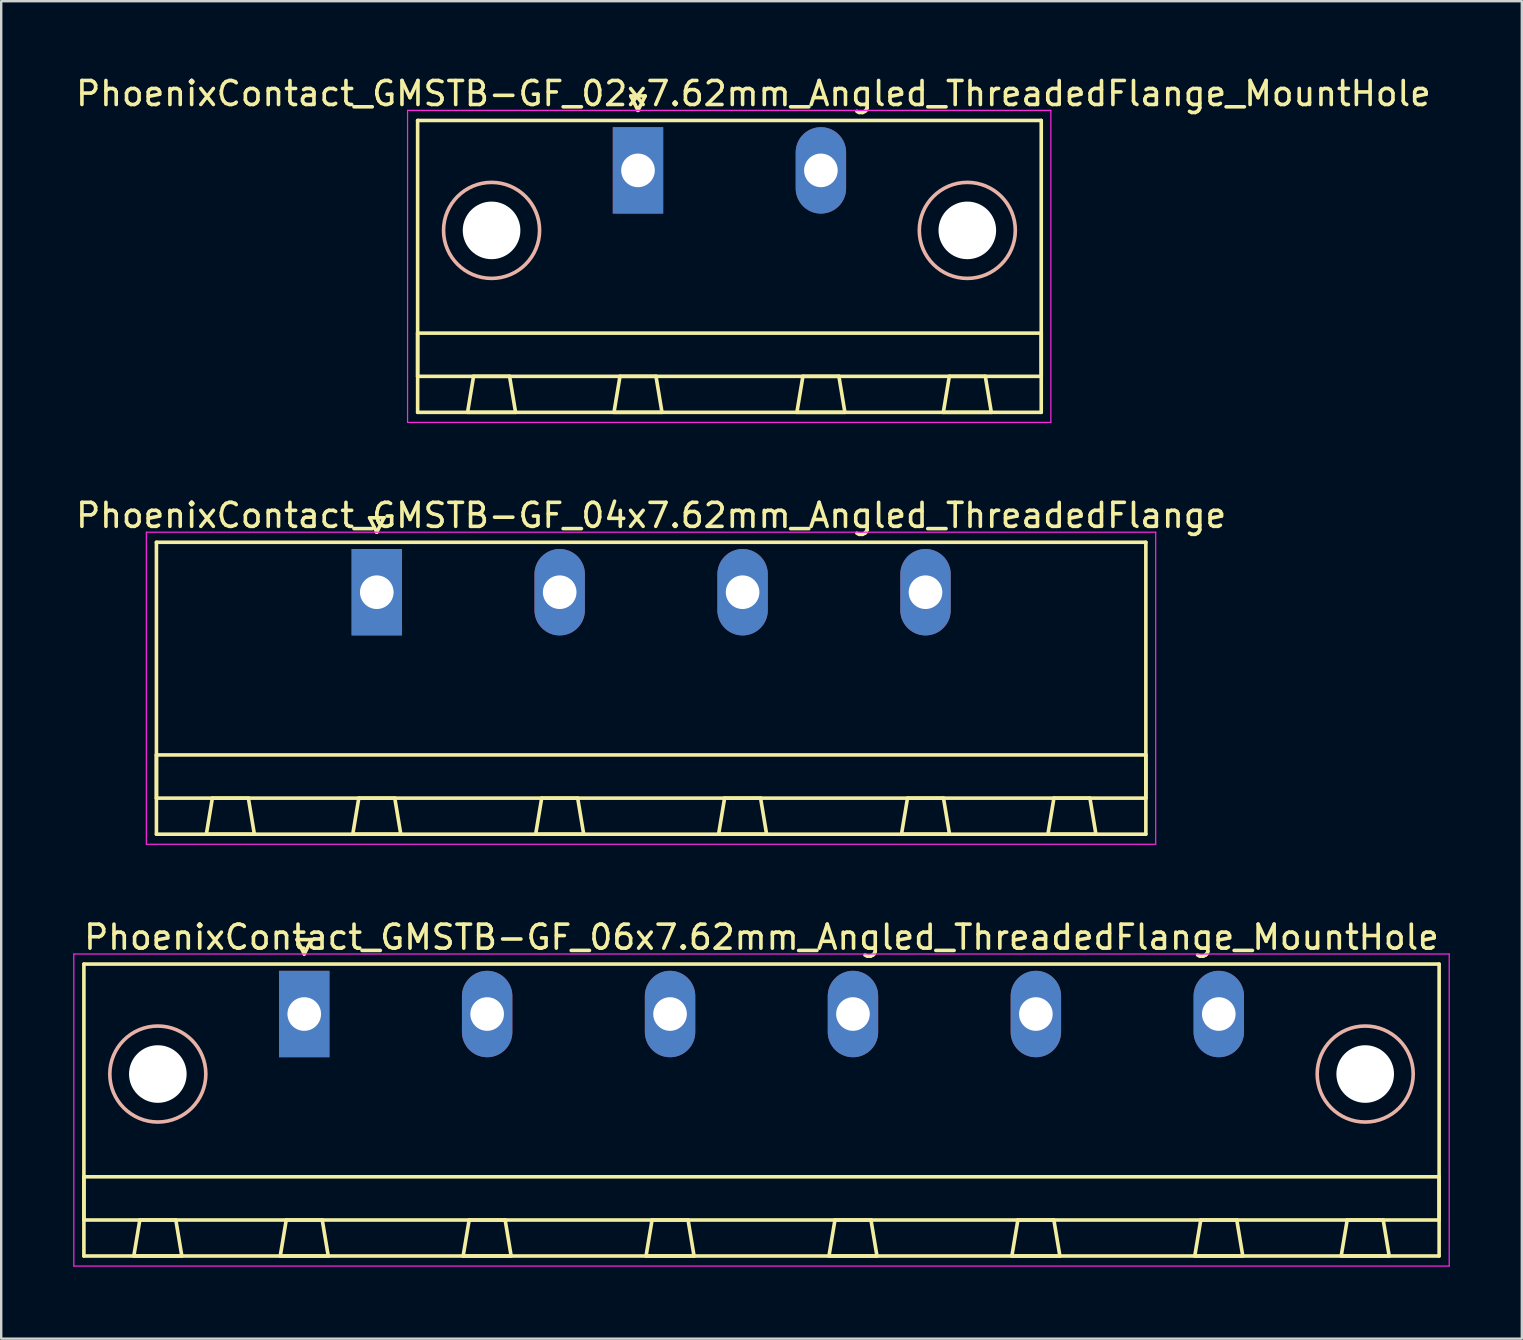
<source format=kicad_pcb>
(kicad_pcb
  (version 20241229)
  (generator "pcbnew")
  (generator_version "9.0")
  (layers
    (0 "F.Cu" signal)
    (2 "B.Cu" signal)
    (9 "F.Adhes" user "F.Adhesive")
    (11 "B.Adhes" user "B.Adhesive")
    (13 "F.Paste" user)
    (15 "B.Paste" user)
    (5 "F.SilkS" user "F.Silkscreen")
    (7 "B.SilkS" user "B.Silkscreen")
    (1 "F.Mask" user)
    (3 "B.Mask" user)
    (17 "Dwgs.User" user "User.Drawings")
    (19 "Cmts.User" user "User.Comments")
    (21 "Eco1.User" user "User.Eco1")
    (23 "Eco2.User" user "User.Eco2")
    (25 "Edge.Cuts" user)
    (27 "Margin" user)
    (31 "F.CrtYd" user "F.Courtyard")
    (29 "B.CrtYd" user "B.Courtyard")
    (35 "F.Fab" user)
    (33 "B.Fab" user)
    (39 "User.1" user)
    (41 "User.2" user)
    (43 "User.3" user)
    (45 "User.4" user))
  (footprint "PhoenixContact_GMSTB-GF_02x7.62mm_Angled_ThreadedFlange_MountHole"
    (layer "F.Cu")
    (at 23.529 4.048)
    (property "Reference" "PhoenixContact_GMSTB-GF_02x7.62mm_Angled_ThreadedFlange_MountHole" (at 4.81 -3.2 0) (layer "F.SilkS") (effects (font (size 1 1) (thickness 0.15))))
    (attr through_hole)
    (fp_line (start -9.18 -2.08) (end -9.18 10.08) (stroke (width 0.15) (type solid)) (layer "F.SilkS"))
    (fp_line (start -9.18 6.78) (end 16.8 6.78) (stroke (width 0.15) (type solid)) (layer "F.SilkS"))
    (fp_line (start -9.18 8.58) (end -9.18 6.78) (stroke (width 0.15) (type solid)) (layer "F.SilkS"))
    (fp_line (start -9.18 10.08) (end 16.8 10.08) (stroke (width 0.15) (type solid)) (layer "F.SilkS"))
    (fp_line (start -7.1 10.08) (end -5.1 10.08) (stroke (width 0.15) (type solid)) (layer "F.SilkS"))
    (fp_line (start -6.85 8.58) (end -7.1 10.08) (stroke (width 0.15) (type solid)) (layer "F.SilkS"))
    (fp_line (start -5.35 8.58) (end -6.85 8.58) (stroke (width 0.15) (type solid)) (layer "F.SilkS"))
    (fp_line (start -5.1 10.08) (end -5.35 8.58) (stroke (width 0.15) (type solid)) (layer "F.SilkS"))
    (fp_line (start -1 10.08) (end 1 10.08) (stroke (width 0.15) (type solid)) (layer "F.SilkS"))
    (fp_line (start -0.75 8.58) (end -1 10.08) (stroke (width 0.15) (type solid)) (layer "F.SilkS"))
    (fp_line (start -0.3 -3.1) (end 0 -2.5) (stroke (width 0.15) (type solid)) (layer "F.SilkS"))
    (fp_line (start 0 -2.5) (end 0.3 -3.1) (stroke (width 0.15) (type solid)) (layer "F.SilkS"))
    (fp_line (start 0.3 -3.1) (end -0.3 -3.1) (stroke (width 0.15) (type solid)) (layer "F.SilkS"))
    (fp_line (start 0.75 8.58) (end -0.75 8.58) (stroke (width 0.15) (type solid)) (layer "F.SilkS"))
    (fp_line (start 1 10.08) (end 0.75 8.58) (stroke (width 0.15) (type solid)) (layer "F.SilkS"))
    (fp_line (start 6.62 10.08) (end 8.62 10.08) (stroke (width 0.15) (type solid)) (layer "F.SilkS"))
    (fp_line (start 6.87 8.58) (end 6.62 10.08) (stroke (width 0.15) (type solid)) (layer "F.SilkS"))
    (fp_line (start 8.37 8.58) (end 6.87 8.58) (stroke (width 0.15) (type solid)) (layer "F.SilkS"))
    (fp_line (start 8.62 10.08) (end 8.37 8.58) (stroke (width 0.15) (type solid)) (layer "F.SilkS"))
    (fp_line (start 12.72 10.08) (end 14.72 10.08) (stroke (width 0.15) (type solid)) (layer "F.SilkS"))
    (fp_line (start 12.97 8.58) (end 12.72 10.08) (stroke (width 0.15) (type solid)) (layer "F.SilkS"))
    (fp_line (start 14.47 8.58) (end 12.97 8.58) (stroke (width 0.15) (type solid)) (layer "F.SilkS"))
    (fp_line (start 14.72 10.08) (end 14.47 8.58) (stroke (width 0.15) (type solid)) (layer "F.SilkS"))
    (fp_line (start 16.8 -2.08) (end -9.18 -2.08) (stroke (width 0.15) (type solid)) (layer "F.SilkS"))
    (fp_line (start 16.8 6.78) (end 16.8 8.58) (stroke (width 0.15) (type solid)) (layer "F.SilkS"))
    (fp_line (start 16.8 8.58) (end -9.18 8.58) (stroke (width 0.15) (type solid)) (layer "F.SilkS"))
    (fp_line (start 16.8 10.08) (end 16.8 -2.08) (stroke (width 0.15) (type solid)) (layer "F.SilkS"))
    (fp_circle (center -6.1 2.5) (end -4.1 2.5) (stroke (width 0.15) (type solid)) (fill no) (layer "B.SilkS"))
    (fp_circle (center 13.72 2.5) (end 15.72 2.5) (stroke (width 0.15) (type solid)) (fill no) (layer "B.SilkS"))
    (fp_line (start -9.6 -2.5) (end -9.6 10.5) (stroke (width 0.05) (type solid)) (layer "F.CrtYd"))
    (fp_line (start -9.6 10.5) (end 17.2 10.5) (stroke (width 0.05) (type solid)) (layer "F.CrtYd"))
    (fp_line (start 17.2 -2.5) (end -9.6 -2.5) (stroke (width 0.05) (type solid)) (layer "F.CrtYd"))
    (fp_line (start 17.2 10.5) (end 17.2 -2.5) (stroke (width 0.05) (type solid)) (layer "F.CrtYd"))
    (pad "" np_thru_hole circle (at -6.1 2.5) (size 2.4 2.4) (drill 2.4) (layers "*.Cu" "*.Mask"))
    (pad "" np_thru_hole circle (at 13.72 2.5) (size 2.4 2.4) (drill 2.4) (layers "*.Cu" "*.Mask"))
    (pad "1" thru_hole rect (at 0 0) (size 2.1 3.6) (drill 1.4) (layers "*.Cu" "*.Mask"))
    (pad "2" thru_hole oval (at 7.62 0) (size 2.1 3.6) (drill 1.4) (layers "*.Cu" "*.Mask")))
  (footprint "PhoenixContact_GMSTB-GF_04x7.62mm_Angled_ThreadedFlange"
    (layer "F.Cu")
    (at 12.647 21.622)
    (property "Reference" "PhoenixContact_GMSTB-GF_04x7.62mm_Angled_ThreadedFlange" (at 11.43 -3.2 0) (layer "F.SilkS") (effects (font (size 1 1) (thickness 0.15))))
    (attr through_hole)
    (fp_line (start -9.18 -2.08) (end -9.18 10.08) (stroke (width 0.15) (type solid)) (layer "F.SilkS"))
    (fp_line (start -9.18 6.78) (end 32.04 6.78) (stroke (width 0.15) (type solid)) (layer "F.SilkS"))
    (fp_line (start -9.18 8.58) (end -9.18 6.78) (stroke (width 0.15) (type solid)) (layer "F.SilkS"))
    (fp_line (start -9.18 10.08) (end 32.04 10.08) (stroke (width 0.15) (type solid)) (layer "F.SilkS"))
    (fp_line (start -7.1 10.08) (end -5.1 10.08) (stroke (width 0.15) (type solid)) (layer "F.SilkS"))
    (fp_line (start -6.85 8.58) (end -7.1 10.08) (stroke (width 0.15) (type solid)) (layer "F.SilkS"))
    (fp_line (start -5.35 8.58) (end -6.85 8.58) (stroke (width 0.15) (type solid)) (layer "F.SilkS"))
    (fp_line (start -5.1 10.08) (end -5.35 8.58) (stroke (width 0.15) (type solid)) (layer "F.SilkS"))
    (fp_line (start -1 10.08) (end 1 10.08) (stroke (width 0.15) (type solid)) (layer "F.SilkS"))
    (fp_line (start -0.75 8.58) (end -1 10.08) (stroke (width 0.15) (type solid)) (layer "F.SilkS"))
    (fp_line (start -0.3 -3.1) (end 0 -2.5) (stroke (width 0.15) (type solid)) (layer "F.SilkS"))
    (fp_line (start 0 -2.5) (end 0.3 -3.1) (stroke (width 0.15) (type solid)) (layer "F.SilkS"))
    (fp_line (start 0.3 -3.1) (end -0.3 -3.1) (stroke (width 0.15) (type solid)) (layer "F.SilkS"))
    (fp_line (start 0.75 8.58) (end -0.75 8.58) (stroke (width 0.15) (type solid)) (layer "F.SilkS"))
    (fp_line (start 1 10.08) (end 0.75 8.58) (stroke (width 0.15) (type solid)) (layer "F.SilkS"))
    (fp_line (start 6.62 10.08) (end 8.62 10.08) (stroke (width 0.15) (type solid)) (layer "F.SilkS"))
    (fp_line (start 6.87 8.58) (end 6.62 10.08) (stroke (width 0.15) (type solid)) (layer "F.SilkS"))
    (fp_line (start 8.37 8.58) (end 6.87 8.58) (stroke (width 0.15) (type solid)) (layer "F.SilkS"))
    (fp_line (start 8.62 10.08) (end 8.37 8.58) (stroke (width 0.15) (type solid)) (layer "F.SilkS"))
    (fp_line (start 14.24 10.08) (end 16.24 10.08) (stroke (width 0.15) (type solid)) (layer "F.SilkS"))
    (fp_line (start 14.49 8.58) (end 14.24 10.08) (stroke (width 0.15) (type solid)) (layer "F.SilkS"))
    (fp_line (start 15.99 8.58) (end 14.49 8.58) (stroke (width 0.15) (type solid)) (layer "F.SilkS"))
    (fp_line (start 16.24 10.08) (end 15.99 8.58) (stroke (width 0.15) (type solid)) (layer "F.SilkS"))
    (fp_line (start 21.86 10.08) (end 23.86 10.08) (stroke (width 0.15) (type solid)) (layer "F.SilkS"))
    (fp_line (start 22.11 8.58) (end 21.86 10.08) (stroke (width 0.15) (type solid)) (layer "F.SilkS"))
    (fp_line (start 23.61 8.58) (end 22.11 8.58) (stroke (width 0.15) (type solid)) (layer "F.SilkS"))
    (fp_line (start 23.86 10.08) (end 23.61 8.58) (stroke (width 0.15) (type solid)) (layer "F.SilkS"))
    (fp_line (start 27.96 10.08) (end 29.96 10.08) (stroke (width 0.15) (type solid)) (layer "F.SilkS"))
    (fp_line (start 28.21 8.58) (end 27.96 10.08) (stroke (width 0.15) (type solid)) (layer "F.SilkS"))
    (fp_line (start 29.71 8.58) (end 28.21 8.58) (stroke (width 0.15) (type solid)) (layer "F.SilkS"))
    (fp_line (start 29.96 10.08) (end 29.71 8.58) (stroke (width 0.15) (type solid)) (layer "F.SilkS"))
    (fp_line (start 32.04 -2.08) (end -9.18 -2.08) (stroke (width 0.15) (type solid)) (layer "F.SilkS"))
    (fp_line (start 32.04 6.78) (end 32.04 8.58) (stroke (width 0.15) (type solid)) (layer "F.SilkS"))
    (fp_line (start 32.04 8.58) (end -9.18 8.58) (stroke (width 0.15) (type solid)) (layer "F.SilkS"))
    (fp_line (start 32.04 10.08) (end 32.04 -2.08) (stroke (width 0.15) (type solid)) (layer "F.SilkS"))
    (fp_line (start -9.6 -2.5) (end -9.6 10.5) (stroke (width 0.05) (type solid)) (layer "F.CrtYd"))
    (fp_line (start -9.6 10.5) (end 32.45 10.5) (stroke (width 0.05) (type solid)) (layer "F.CrtYd"))
    (fp_line (start 32.45 -2.5) (end -9.6 -2.5) (stroke (width 0.05) (type solid)) (layer "F.CrtYd"))
    (fp_line (start 32.45 10.5) (end 32.45 -2.5) (stroke (width 0.05) (type solid)) (layer "F.CrtYd"))
    (pad "1" thru_hole rect (at 0 0) (size 2.1 3.6) (drill 1.4) (layers "*.Cu" "*.Mask"))
    (pad "2" thru_hole oval (at 7.62 0) (size 2.1 3.6) (drill 1.4) (layers "*.Cu" "*.Mask"))
    (pad "3" thru_hole oval (at 15.24 0) (size 2.1 3.6) (drill 1.4) (layers "*.Cu" "*.Mask"))
    (pad "4" thru_hole oval (at 22.86 0) (size 2.1 3.6) (drill 1.4) (layers "*.Cu" "*.Mask")))
  (footprint "PhoenixContact_GMSTB-GF_06x7.62mm_Angled_ThreadedFlange_MountHole"
    (layer "F.Cu")
    (at 9.625 39.195)
    (property "Reference" "PhoenixContact_GMSTB-GF_06x7.62mm_Angled_ThreadedFlange_MountHole" (at 19.05 -3.2 0) (layer "F.SilkS") (effects (font (size 1 1) (thickness 0.15))))
    (attr through_hole)
    (fp_line (start -9.18 -2.08) (end -9.18 10.08) (stroke (width 0.15) (type solid)) (layer "F.SilkS"))
    (fp_line (start -9.18 6.78) (end 47.28 6.78) (stroke (width 0.15) (type solid)) (layer "F.SilkS"))
    (fp_line (start -9.18 8.58) (end -9.18 6.78) (stroke (width 0.15) (type solid)) (layer "F.SilkS"))
    (fp_line (start -9.18 10.08) (end 47.28 10.08) (stroke (width 0.15) (type solid)) (layer "F.SilkS"))
    (fp_line (start -7.1 10.08) (end -5.1 10.08) (stroke (width 0.15) (type solid)) (layer "F.SilkS"))
    (fp_line (start -6.85 8.58) (end -7.1 10.08) (stroke (width 0.15) (type solid)) (layer "F.SilkS"))
    (fp_line (start -5.35 8.58) (end -6.85 8.58) (stroke (width 0.15) (type solid)) (layer "F.SilkS"))
    (fp_line (start -5.1 10.08) (end -5.35 8.58) (stroke (width 0.15) (type solid)) (layer "F.SilkS"))
    (fp_line (start -1 10.08) (end 1 10.08) (stroke (width 0.15) (type solid)) (layer "F.SilkS"))
    (fp_line (start -0.75 8.58) (end -1 10.08) (stroke (width 0.15) (type solid)) (layer "F.SilkS"))
    (fp_line (start -0.3 -3.1) (end 0 -2.5) (stroke (width 0.15) (type solid)) (layer "F.SilkS"))
    (fp_line (start 0 -2.5) (end 0.3 -3.1) (stroke (width 0.15) (type solid)) (layer "F.SilkS"))
    (fp_line (start 0.3 -3.1) (end -0.3 -3.1) (stroke (width 0.15) (type solid)) (layer "F.SilkS"))
    (fp_line (start 0.75 8.58) (end -0.75 8.58) (stroke (width 0.15) (type solid)) (layer "F.SilkS"))
    (fp_line (start 1 10.08) (end 0.75 8.58) (stroke (width 0.15) (type solid)) (layer "F.SilkS"))
    (fp_line (start 6.62 10.08) (end 8.62 10.08) (stroke (width 0.15) (type solid)) (layer "F.SilkS"))
    (fp_line (start 6.87 8.58) (end 6.62 10.08) (stroke (width 0.15) (type solid)) (layer "F.SilkS"))
    (fp_line (start 8.37 8.58) (end 6.87 8.58) (stroke (width 0.15) (type solid)) (layer "F.SilkS"))
    (fp_line (start 8.62 10.08) (end 8.37 8.58) (stroke (width 0.15) (type solid)) (layer "F.SilkS"))
    (fp_line (start 14.24 10.08) (end 16.24 10.08) (stroke (width 0.15) (type solid)) (layer "F.SilkS"))
    (fp_line (start 14.49 8.58) (end 14.24 10.08) (stroke (width 0.15) (type solid)) (layer "F.SilkS"))
    (fp_line (start 15.99 8.58) (end 14.49 8.58) (stroke (width 0.15) (type solid)) (layer "F.SilkS"))
    (fp_line (start 16.24 10.08) (end 15.99 8.58) (stroke (width 0.15) (type solid)) (layer "F.SilkS"))
    (fp_line (start 21.86 10.08) (end 23.86 10.08) (stroke (width 0.15) (type solid)) (layer "F.SilkS"))
    (fp_line (start 22.11 8.58) (end 21.86 10.08) (stroke (width 0.15) (type solid)) (layer "F.SilkS"))
    (fp_line (start 23.61 8.58) (end 22.11 8.58) (stroke (width 0.15) (type solid)) (layer "F.SilkS"))
    (fp_line (start 23.86 10.08) (end 23.61 8.58) (stroke (width 0.15) (type solid)) (layer "F.SilkS"))
    (fp_line (start 29.48 10.08) (end 31.48 10.08) (stroke (width 0.15) (type solid)) (layer "F.SilkS"))
    (fp_line (start 29.73 8.58) (end 29.48 10.08) (stroke (width 0.15) (type solid)) (layer "F.SilkS"))
    (fp_line (start 31.23 8.58) (end 29.73 8.58) (stroke (width 0.15) (type solid)) (layer "F.SilkS"))
    (fp_line (start 31.48 10.08) (end 31.23 8.58) (stroke (width 0.15) (type solid)) (layer "F.SilkS"))
    (fp_line (start 37.1 10.08) (end 39.1 10.08) (stroke (width 0.15) (type solid)) (layer "F.SilkS"))
    (fp_line (start 37.35 8.58) (end 37.1 10.08) (stroke (width 0.15) (type solid)) (layer "F.SilkS"))
    (fp_line (start 38.85 8.58) (end 37.35 8.58) (stroke (width 0.15) (type solid)) (layer "F.SilkS"))
    (fp_line (start 39.1 10.08) (end 38.85 8.58) (stroke (width 0.15) (type solid)) (layer "F.SilkS"))
    (fp_line (start 43.2 10.08) (end 45.2 10.08) (stroke (width 0.15) (type solid)) (layer "F.SilkS"))
    (fp_line (start 43.45 8.58) (end 43.2 10.08) (stroke (width 0.15) (type solid)) (layer "F.SilkS"))
    (fp_line (start 44.95 8.58) (end 43.45 8.58) (stroke (width 0.15) (type solid)) (layer "F.SilkS"))
    (fp_line (start 45.2 10.08) (end 44.95 8.58) (stroke (width 0.15) (type solid)) (layer "F.SilkS"))
    (fp_line (start 47.28 -2.08) (end -9.18 -2.08) (stroke (width 0.15) (type solid)) (layer "F.SilkS"))
    (fp_line (start 47.28 6.78) (end 47.28 8.58) (stroke (width 0.15) (type solid)) (layer "F.SilkS"))
    (fp_line (start 47.28 8.58) (end -9.18 8.58) (stroke (width 0.15) (type solid)) (layer "F.SilkS"))
    (fp_line (start 47.28 10.08) (end 47.28 -2.08) (stroke (width 0.15) (type solid)) (layer "F.SilkS"))
    (fp_circle (center -6.1 2.5) (end -4.1 2.5) (stroke (width 0.15) (type solid)) (fill no) (layer "B.SilkS"))
    (fp_circle (center 44.2 2.5) (end 46.2 2.5) (stroke (width 0.15) (type solid)) (fill no) (layer "B.SilkS"))
    (fp_line (start -9.6 -2.5) (end -9.6 10.5) (stroke (width 0.05) (type solid)) (layer "F.CrtYd"))
    (fp_line (start -9.6 10.5) (end 47.7 10.5) (stroke (width 0.05) (type solid)) (layer "F.CrtYd"))
    (fp_line (start 47.7 -2.5) (end -9.6 -2.5) (stroke (width 0.05) (type solid)) (layer "F.CrtYd"))
    (fp_line (start 47.7 10.5) (end 47.7 -2.5) (stroke (width 0.05) (type solid)) (layer "F.CrtYd"))
    (pad "" np_thru_hole circle (at -6.1 2.5) (size 2.4 2.4) (drill 2.4) (layers "*.Cu" "*.Mask"))
    (pad "" np_thru_hole circle (at 44.2 2.5) (size 2.4 2.4) (drill 2.4) (layers "*.Cu" "*.Mask"))
    (pad "1" thru_hole rect (at 0 0) (size 2.1 3.6) (drill 1.4) (layers "*.Cu" "*.Mask"))
    (pad "2" thru_hole oval (at 7.62 0) (size 2.1 3.6) (drill 1.4) (layers "*.Cu" "*.Mask"))
    (pad "3" thru_hole oval (at 15.24 0) (size 2.1 3.6) (drill 1.4) (layers "*.Cu" "*.Mask"))
    (pad "4" thru_hole oval (at 22.86 0) (size 2.1 3.6) (drill 1.4) (layers "*.Cu" "*.Mask"))
    (pad "5" thru_hole oval (at 30.48 0) (size 2.1 3.6) (drill 1.4) (layers "*.Cu" "*.Mask"))
    (pad "6" thru_hole oval (at 38.1 0) (size 2.1 3.6) (drill 1.4) (layers "*.Cu" "*.Mask")))
  (gr_rect
    (start -3 -3)
    (end 60.35 52.72)
    (stroke (width 0.1) (type default))
    (fill no)
    (layer "Edge.Cuts")))
</source>
